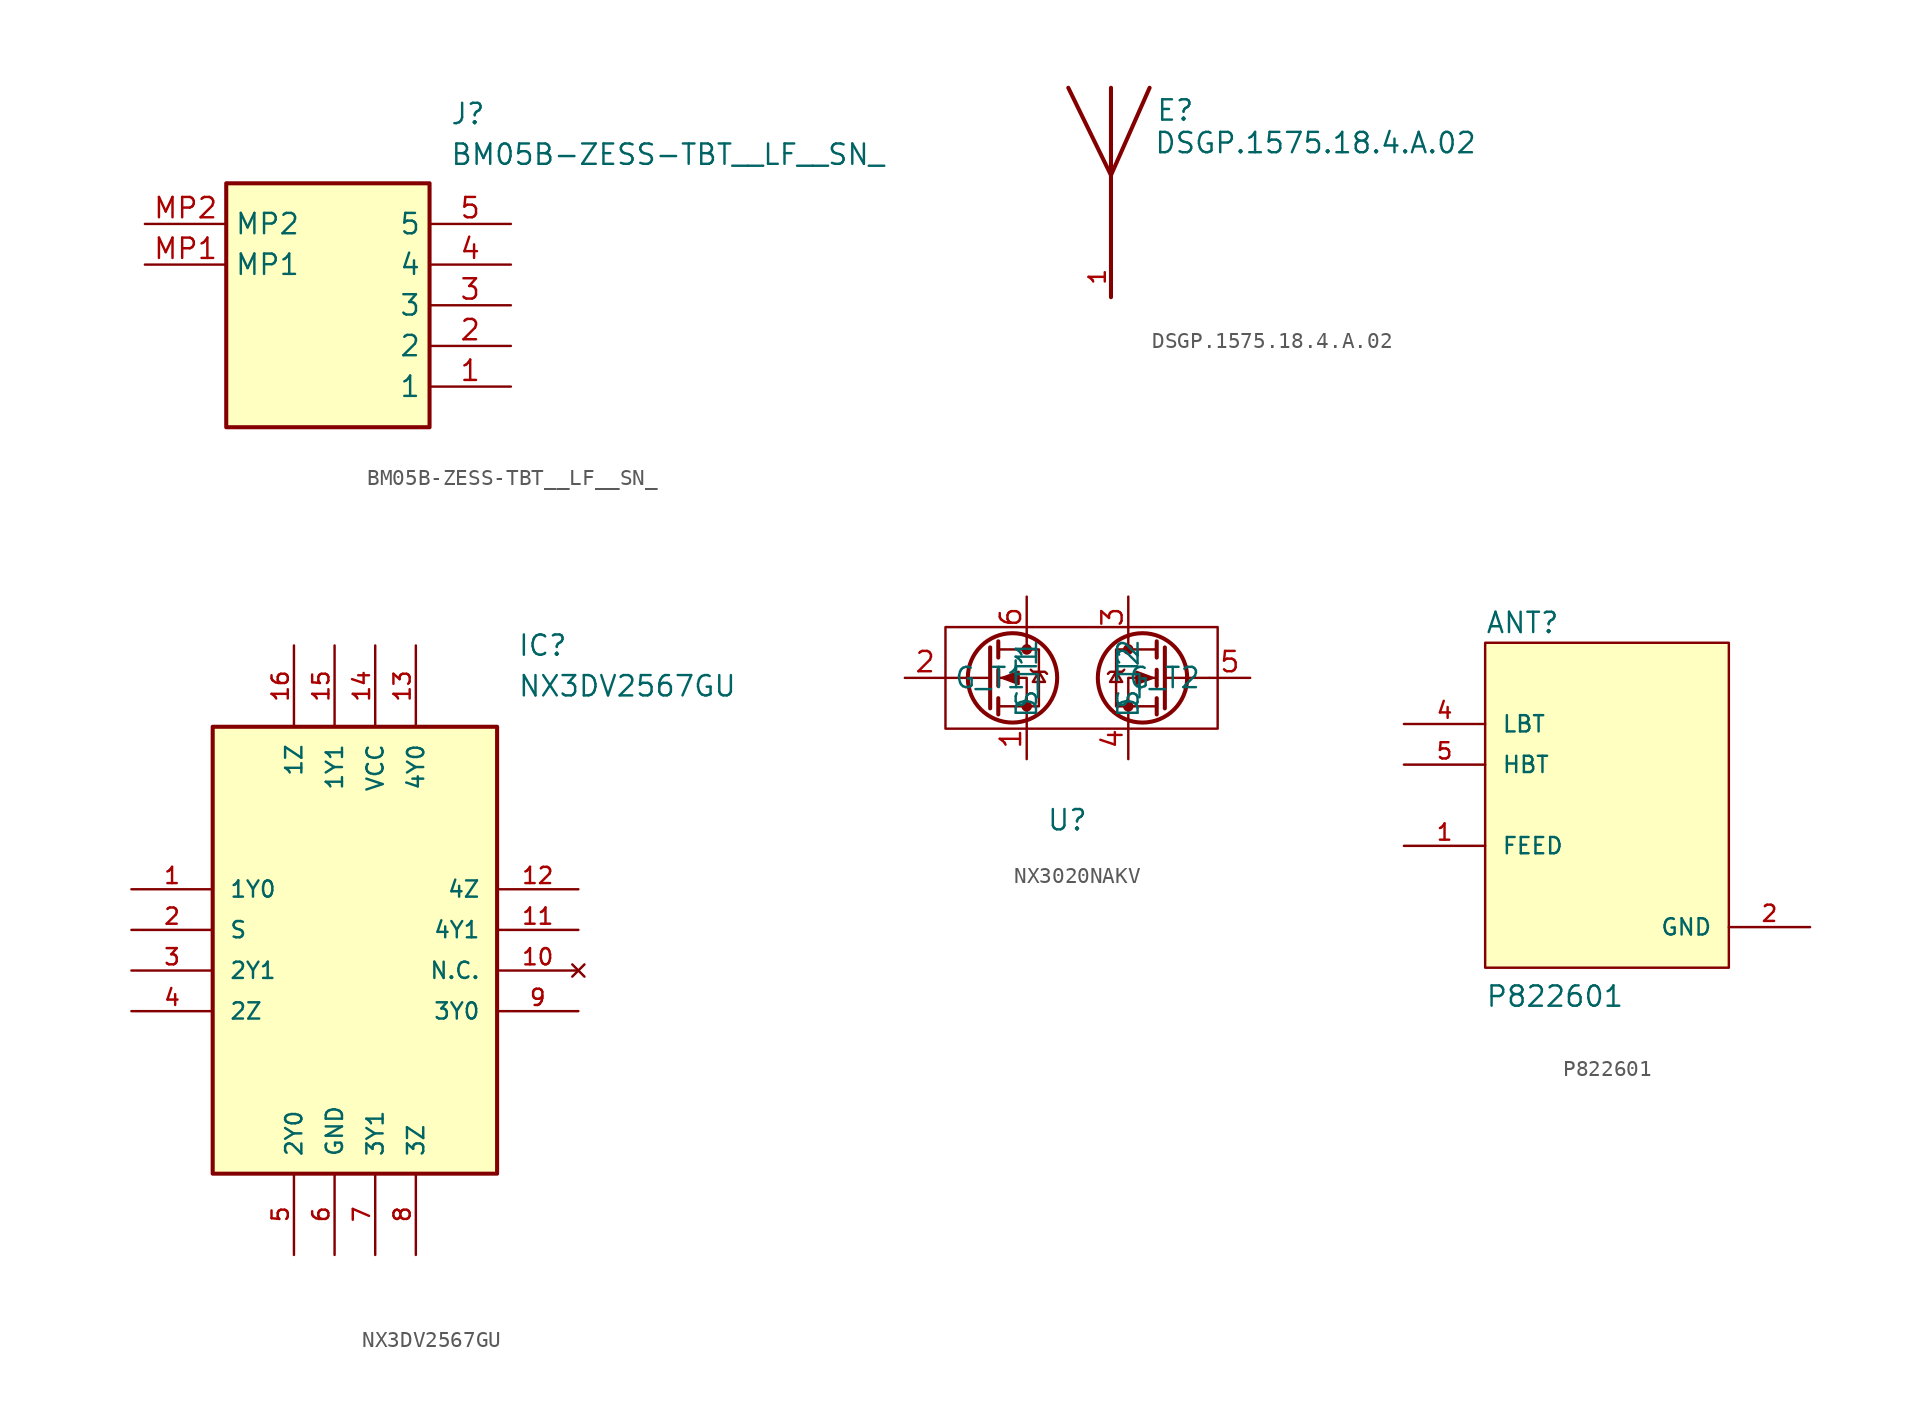
<source format=kicad_sym>
(kicad_symbol_lib
  (version 20220914)
  (generator kicad_symbol_editor)
  (symbol "BM05B-ZESS-TBT__LF__SN_"
    (property "Reference" "J"
      (at 19.05 7.62 0)
      (effects (font (size 1.27 1.27)) (justify left top)))
    (property "Value" "BM05B-ZESS-TBT__LF__SN_"
      (at 19.05 5.08 0)
      (effects (font (size 1.27 1.27)) (justify left top)))
    (symbol "BM05B-ZESS-TBT__LF__SN__1_1"
      (rectangle (start 5.08 2.54) (end 17.78 -12.7) (stroke (width 0.254) (type default)) (fill (type background)))
      (pin passive line (at 22.86 -10.16 180) (length 5.08) (name "1" (effects (font (size 1.27 1.27)))) (number "1" (effects (font (size 1.27 1.27)))))
      (pin passive line (at 22.86 -7.62 180) (length 5.08) (name "2" (effects (font (size 1.27 1.27)))) (number "2" (effects (font (size 1.27 1.27)))))
      (pin passive line (at 22.86 -5.08 180) (length 5.08) (name "3" (effects (font (size 1.27 1.27)))) (number "3" (effects (font (size 1.27 1.27)))))
      (pin passive line (at 22.86 -2.54 180) (length 5.08) (name "4" (effects (font (size 1.27 1.27)))) (number "4" (effects (font (size 1.27 1.27)))))
      (pin passive line (at 22.86 0 180) (length 5.08) (name "5" (effects (font (size 1.27 1.27)))) (number "5" (effects (font (size 1.27 1.27)))))
      (pin passive line (at 0 -2.54 0) (length 5.08) (name "MP1" (effects (font (size 1.27 1.27)))) (number "MP1" (effects (font (size 1.27 1.27)))))
      (pin passive line (at 0 0 0) (length 5.08) (name "MP2" (effects (font (size 1.27 1.27)))) (number "MP2" (effects (font (size 1.27 1.27)))))))
  (symbol "DSGP.1575.18.4.A.02"
    (pin_names
      (offset 1.016))
    (property "Reference" "E"
      (at 2.8 5.85 0)
      (effects (font (size 1.27 1.27)) (justify left bottom)))
    (property "Value" "DSGP.1575.18.4.A.02"
      (at 2.673 3.813 0)
      (effects (font (size 1.27 1.27)) (justify left bottom)))
    (symbol "DSGP.1575.18.4.A.02_0_0"
      (polyline (pts (xy 0 2.54) (xy -2.667 8.001)) (stroke (width 0.254) (type default)) (fill (type none)))
      (polyline (pts (xy 0 2.54) (xy 0 -5.08)) (stroke (width 0.254) (type default)) (fill (type none)))
      (polyline (pts (xy 0 8.001) (xy 0 2.54)) (stroke (width 0.254) (type default)) (fill (type none)))
      (polyline (pts (xy 2.413 8.001) (xy 0 2.54)) (stroke (width 0.254) (type default)) (fill (type none)))
      (pin input line (at 0 -5.08 90) (length 2.54) (name "~" (effects (font (size 1.016 1.016)))) (number "1" (effects (font (size 1.016 1.016)))))))
  (symbol "NX3DV2567GU"
    (pin_names
      (offset 1.016))
    (property "Reference" "IC"
      (at 24.13 15.24 0)
      (effects (font (size 1.27 1.27)) (justify left)))
    (property "Value" "NX3DV2567GU"
      (at 24.13 12.7 0)
      (effects (font (size 1.27 1.27)) (justify left)))
    (symbol "NX3DV2567GU_0_0"
      (rectangle (start 5.08 -17.78) (end 22.86 10.16) (stroke (width 0.254) (type default)) (fill (type background)))
      (pin bidirectional line (at 0 0 0) (length 5.08) (name "1Y0" (effects (font (size 1.016 1.016)))) (number "1" (effects (font (size 1.016 1.016)))))
      (pin no_connect line (at 27.94 -5.08 180) (length 5.08) (name "N.C." (effects (font (size 1.016 1.016)))) (number "10" (effects (font (size 1.016 1.016)))))
      (pin bidirectional line (at 27.94 -2.54 180) (length 5.08) (name "4Y1" (effects (font (size 1.016 1.016)))) (number "11" (effects (font (size 1.016 1.016)))))
      (pin bidirectional line (at 27.94 0 180) (length 5.08) (name "4Z" (effects (font (size 1.016 1.016)))) (number "12" (effects (font (size 1.016 1.016)))))
      (pin bidirectional line (at 17.78 15.24 270) (length 5.08) (name "4Y0" (effects (font (size 1.016 1.016)))) (number "13" (effects (font (size 1.016 1.016)))))
      (pin bidirectional line (at 15.24 15.24 270) (length 5.08) (name "VCC" (effects (font (size 1.016 1.016)))) (number "14" (effects (font (size 1.016 1.016)))))
      (pin bidirectional line (at 12.7 15.24 270) (length 5.08) (name "1Y1" (effects (font (size 1.016 1.016)))) (number "15" (effects (font (size 1.016 1.016)))))
      (pin bidirectional line (at 10.16 15.24 270) (length 5.08) (name "1Z" (effects (font (size 1.016 1.016)))) (number "16" (effects (font (size 1.016 1.016)))))
      (pin bidirectional line (at 0 -2.54 0) (length 5.08) (name "S" (effects (font (size 1.016 1.016)))) (number "2" (effects (font (size 1.016 1.016)))))
      (pin bidirectional line (at 0 -5.08 0) (length 5.08) (name "2Y1" (effects (font (size 1.016 1.016)))) (number "3" (effects (font (size 1.016 1.016)))))
      (pin bidirectional line (at 0 -7.62 0) (length 5.08) (name "2Z" (effects (font (size 1.016 1.016)))) (number "4" (effects (font (size 1.016 1.016)))))
      (pin bidirectional line (at 10.16 -22.86 90) (length 5.08) (name "2Y0" (effects (font (size 1.016 1.016)))) (number "5" (effects (font (size 1.016 1.016)))))
      (pin bidirectional line (at 12.7 -22.86 90) (length 5.08) (name "GND" (effects (font (size 1.016 1.016)))) (number "6" (effects (font (size 1.016 1.016)))))
      (pin bidirectional line (at 15.24 -22.86 90) (length 5.08) (name "3Y1" (effects (font (size 1.016 1.016)))) (number "7" (effects (font (size 1.016 1.016)))))
      (pin bidirectional line (at 17.78 -22.86 90) (length 5.08) (name "3Z" (effects (font (size 1.016 1.016)))) (number "8" (effects (font (size 1.016 1.016)))))
      (pin bidirectional line (at 27.94 -7.62 180) (length 5.08) (name "3Y0" (effects (font (size 1.016 1.016)))) (number "9" (effects (font (size 1.016 1.016)))))))
  (symbol "NX3020NAKV"
    (property "Reference" "U"
      (at 0 -8.89 0)
      (effects (font (size 1.27 1.27))))
    (property "Value" ""
      (at -1.27 -7.62 0)
      (effects (font (size 1.27 1.27))))
    (symbol "NX3020NAKV_0_1"
      (circle (center -3.429 0) (radius 2.794) (stroke (width 0.254) (type default)) (fill (type none)))
      (circle (center -2.54 -1.778) (radius 0.254) (stroke (width 0) (type default)) (fill (type outline)))
      (circle (center -2.54 1.778) (radius 0.254) (stroke (width 0) (type default)) (fill (type outline)))
      (polyline (pts (xy -4.826 0) (xy -7.62 0)) (stroke (width 0) (type default)) (fill (type none)))
      (polyline (pts (xy -4.826 1.905) (xy -4.826 -1.905)) (stroke (width 0.254) (type default)) (fill (type none)))
      (polyline (pts (xy -4.318 -1.27) (xy -4.318 -2.286)) (stroke (width 0.254) (type default)) (fill (type none)))
      (polyline (pts (xy -4.318 0.508) (xy -4.318 -0.508)) (stroke (width 0.254) (type default)) (fill (type none)))
      (polyline (pts (xy -4.318 2.286) (xy -4.318 1.27)) (stroke (width 0.254) (type default)) (fill (type none)))
      (polyline (pts (xy -2.54 2.54) (xy -2.54 1.778)) (stroke (width 0) (type default)) (fill (type none)))
      (polyline (pts (xy 3.81 2.54) (xy 3.81 1.778)) (stroke (width 0) (type default)) (fill (type none)))
      (polyline (pts (xy 5.588 -1.27) (xy 5.588 -2.286)) (stroke (width 0.254) (type default)) (fill (type none)))
      (polyline (pts (xy 5.588 0.508) (xy 5.588 -0.508)) (stroke (width 0.254) (type default)) (fill (type none)))
      (polyline (pts (xy 5.588 2.286) (xy 5.588 1.27)) (stroke (width 0.254) (type default)) (fill (type none)))
      (polyline (pts (xy 6.096 0) (xy 8.89 0)) (stroke (width 0) (type default)) (fill (type none)))
      (polyline (pts (xy 6.096 1.905) (xy 6.096 -1.905)) (stroke (width 0.254) (type default)) (fill (type none)))
      (polyline (pts (xy -2.54 -2.54) (xy -2.54 0) (xy -4.318 0)) (stroke (width 0) (type default)) (fill (type none)))
      (polyline (pts (xy 3.81 -2.54) (xy 3.81 0) (xy 5.588 0)) (stroke (width 0) (type default)) (fill (type none)))
      (polyline (pts (xy -4.318 -1.778) (xy -1.778 -1.778) (xy -1.778 1.778) (xy -4.318 1.778)) (stroke (width 0) (type default)) (fill (type none)))
      (polyline (pts (xy -4.064 0) (xy -3.048 0.381) (xy -3.048 -0.381) (xy -4.064 0)) (stroke (width 0) (type default)) (fill (type outline)))
      (polyline (pts (xy -2.286 0.508) (xy -2.159 0.381) (xy -1.397 0.381) (xy -1.27 0.254)) (stroke (width 0) (type default)) (fill (type none)))
      (polyline (pts (xy -1.778 0.381) (xy -2.159 -0.254) (xy -1.397 -0.254) (xy -1.778 0.381)) (stroke (width 0) (type default)) (fill (type none)))
      (polyline (pts (xy 3.048 0.381) (xy 3.429 -0.254) (xy 2.667 -0.254) (xy 3.048 0.381)) (stroke (width 0) (type default)) (fill (type none)))
      (polyline (pts (xy 3.556 0.508) (xy 3.429 0.381) (xy 2.667 0.381) (xy 2.54 0.254)) (stroke (width 0) (type default)) (fill (type none)))
      (polyline (pts (xy 5.334 0) (xy 4.318 0.381) (xy 4.318 -0.381) (xy 5.334 0)) (stroke (width 0) (type default)) (fill (type outline)))
      (polyline (pts (xy 5.588 -1.778) (xy 3.048 -1.778) (xy 3.048 1.778) (xy 5.588 1.778)) (stroke (width 0) (type default)) (fill (type none)))
      (circle (center 3.81 -1.778) (radius 0.254) (stroke (width 0) (type default)) (fill (type outline)))
      (circle (center 3.81 1.778) (radius 0.254) (stroke (width 0) (type default)) (fill (type outline)))
      (circle (center 4.699 0) (radius 2.794) (stroke (width 0.254) (type default)) (fill (type none))))
    (symbol "NX3020NAKV_1_1"
      (rectangle (start -7.62 3.175) (end 9.398 -3.175) (stroke (width 0) (type default)) (fill (type none)))
      (pin passive line (at -2.54 -5.08 90) (length 2.54) (name "S_T1" (effects (font (size 1.27 1.27)))) (number "1" (effects (font (size 1.27 1.27)))))
      (pin input line (at -10.16 0 0) (length 2.54) (name "G_T1" (effects (font (size 1.27 1.27)))) (number "2" (effects (font (size 1.27 1.27)))))
      (pin passive line (at 3.81 5.08 270) (length 2.54) (name "D_T2" (effects (font (size 1.27 1.27)))) (number "3" (effects (font (size 1.27 1.27)))))
      (pin passive line (at 3.81 -5.08 90) (length 2.54) (name "S_T2" (effects (font (size 1.27 1.27)))) (number "4" (effects (font (size 1.27 1.27)))))
      (pin input line (at 11.43 0 180) (length 2.54) (name "G_T2" (effects (font (size 1.27 1.27)))) (number "5" (effects (font (size 1.27 1.27)))))
      (pin passive line (at -2.54 5.08 270) (length 2.54) (name "D_T1" (effects (font (size 1.27 1.27)))) (number "6" (effects (font (size 1.27 1.27)))))))
  (symbol "P822601"
    (pin_names
      (offset 1.016))
    (property "Reference" "ANT"
      (at -7.62 10.668 0)
      (effects (font (size 1.27 1.27)) (justify left bottom)))
    (property "Value" "P822601"
      (at -7.62 -12.7 0)
      (effects (font (size 1.27 1.27)) (justify left bottom)))
    (symbol "P822601_0_0"
      (rectangle (start -7.62 10.16) (end 7.62 -10.16) (stroke (width 0.152) (type default)) (fill (type background)))
      (pin bidirectional line (at -12.7 -2.54 0) (length 5.08) (name "FEED" (effects (font (size 1.016 1.016)))) (number "1" (effects (font (size 1.016 1.016)))))
      (pin power_in line (at 12.7 -7.62 180) (length 5.08) (name "GND" (effects (font (size 1.016 1.016)))) (number "2" (effects (font (size 1.016 1.016)))))
      (pin input line (at -12.7 5.08 0) (length 5.08) (name "LBT" (effects (font (size 1.016 1.016)))) (number "4" (effects (font (size 1.016 1.016)))))
      (pin input line (at -12.7 2.54 0) (length 5.08) (name "HBT" (effects (font (size 1.016 1.016)))) (number "5" (effects (font (size 1.016 1.016))))))))
</source>
